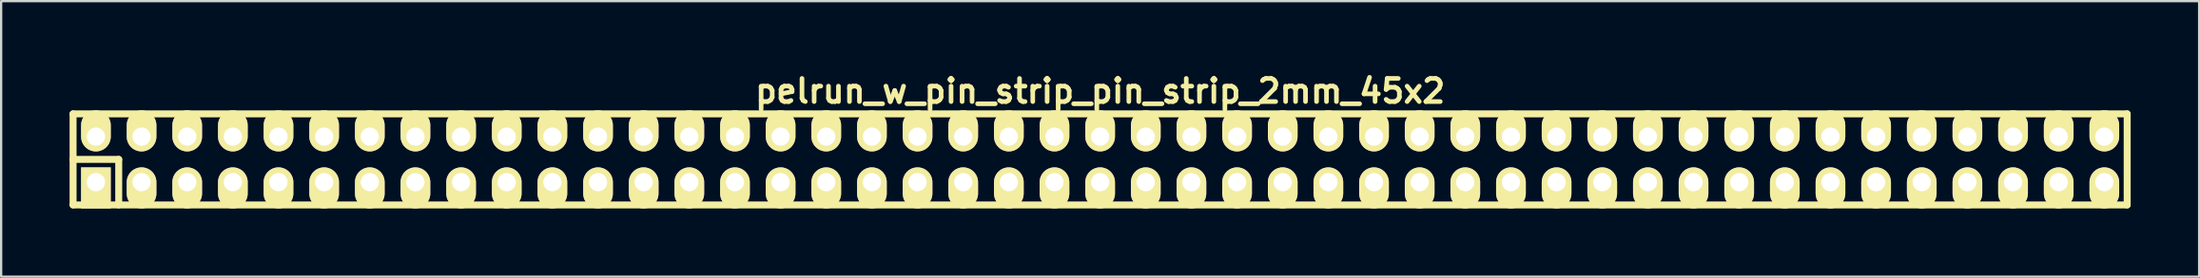
<source format=kicad_pcb>
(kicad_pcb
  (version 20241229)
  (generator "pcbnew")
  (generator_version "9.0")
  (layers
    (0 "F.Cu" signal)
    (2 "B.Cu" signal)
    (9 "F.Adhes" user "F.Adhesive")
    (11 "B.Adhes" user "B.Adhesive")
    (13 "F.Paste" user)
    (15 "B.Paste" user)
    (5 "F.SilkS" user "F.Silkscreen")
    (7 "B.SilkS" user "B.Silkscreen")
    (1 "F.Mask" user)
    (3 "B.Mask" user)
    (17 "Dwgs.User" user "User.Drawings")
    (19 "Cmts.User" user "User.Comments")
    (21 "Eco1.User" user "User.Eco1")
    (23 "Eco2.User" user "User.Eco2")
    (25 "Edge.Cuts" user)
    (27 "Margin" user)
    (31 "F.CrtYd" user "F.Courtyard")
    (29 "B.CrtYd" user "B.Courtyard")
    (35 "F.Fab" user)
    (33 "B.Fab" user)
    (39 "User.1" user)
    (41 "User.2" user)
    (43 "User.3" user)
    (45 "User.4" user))
  (footprint "pelrun_w_pin_strip_pin_strip_2mm_45x2"
    (layer "F.Cu")
    (at 45.152 3.951)
    (property "Reference" "pelrun_w_pin_strip_pin_strip_2mm_45x2" (at 0 -3 0) (layer "F.SilkS") (effects (font (size 1.016 1.016) (thickness 0.203))))
    (attr through_hole)
    (fp_line (start -45 -2) (end 45 -2) (stroke (width 0.305) (type solid)) (layer "F.SilkS"))
    (fp_line (start -45 0) (end -43 0) (stroke (width 0.305) (type solid)) (layer "F.SilkS"))
    (fp_line (start -45 2) (end -45 -2) (stroke (width 0.305) (type solid)) (layer "F.SilkS"))
    (fp_line (start -43 0) (end -43 2) (stroke (width 0.305) (type solid)) (layer "F.SilkS"))
    (fp_line (start 45 -2) (end 45 2) (stroke (width 0.305) (type solid)) (layer "F.SilkS"))
    (fp_line (start 45 2) (end -45 2) (stroke (width 0.305) (type solid)) (layer "F.SilkS"))
    (pad "1" thru_hole rect (at -44 1) (size 1.3 1.8) (drill 0.8 (offset 0 0.25)) (layers "*.Cu" "*.Mask" "F.SilkS"))
    (pad "2" thru_hole oval (at -44 -1) (size 1.3 1.8) (drill 0.8 (offset 0 -0.25)) (layers "*.Cu" "*.Mask" "F.SilkS"))
    (pad "3" thru_hole oval (at -42 1) (size 1.3 1.8) (drill 0.8 (offset 0 0.25)) (layers "*.Cu" "*.Mask" "F.SilkS"))
    (pad "4" thru_hole oval (at -42 -1) (size 1.3 1.8) (drill 0.8 (offset 0 -0.25)) (layers "*.Cu" "*.Mask" "F.SilkS"))
    (pad "5" thru_hole oval (at -40 1) (size 1.3 1.8) (drill 0.8 (offset 0 0.25)) (layers "*.Cu" "*.Mask" "F.SilkS"))
    (pad "6" thru_hole oval (at -40 -1) (size 1.3 1.8) (drill 0.8 (offset 0 -0.25)) (layers "*.Cu" "*.Mask" "F.SilkS"))
    (pad "7" thru_hole oval (at -38 1) (size 1.3 1.8) (drill 0.8 (offset 0 0.25)) (layers "*.Cu" "*.Mask" "F.SilkS"))
    (pad "8" thru_hole oval (at -38 -1) (size 1.3 1.8) (drill 0.8 (offset 0 -0.25)) (layers "*.Cu" "*.Mask" "F.SilkS"))
    (pad "9" thru_hole oval (at -36 1) (size 1.3 1.8) (drill 0.8 (offset 0 0.25)) (layers "*.Cu" "*.Mask" "F.SilkS"))
    (pad "10" thru_hole oval (at -36 -1) (size 1.3 1.8) (drill 0.8 (offset 0 -0.25)) (layers "*.Cu" "*.Mask" "F.SilkS"))
    (pad "11" thru_hole oval (at -34 1) (size 1.3 1.8) (drill 0.8 (offset 0 0.25)) (layers "*.Cu" "*.Mask" "F.SilkS"))
    (pad "12" thru_hole oval (at -34 -1) (size 1.3 1.8) (drill 0.8 (offset 0 -0.25)) (layers "*.Cu" "*.Mask" "F.SilkS"))
    (pad "13" thru_hole oval (at -32 1) (size 1.3 1.8) (drill 0.8 (offset 0 0.25)) (layers "*.Cu" "*.Mask" "F.SilkS"))
    (pad "14" thru_hole oval (at -32 -1) (size 1.3 1.8) (drill 0.8 (offset 0 -0.25)) (layers "*.Cu" "*.Mask" "F.SilkS"))
    (pad "15" thru_hole oval (at -30 1) (size 1.3 1.8) (drill 0.8 (offset 0 0.25)) (layers "*.Cu" "*.Mask" "F.SilkS"))
    (pad "16" thru_hole oval (at -30 -1) (size 1.3 1.8) (drill 0.8 (offset 0 -0.25)) (layers "*.Cu" "*.Mask" "F.SilkS"))
    (pad "17" thru_hole oval (at -28 1) (size 1.3 1.8) (drill 0.8 (offset 0 0.25)) (layers "*.Cu" "*.Mask" "F.SilkS"))
    (pad "18" thru_hole oval (at -28 -1) (size 1.3 1.8) (drill 0.8 (offset 0 -0.25)) (layers "*.Cu" "*.Mask" "F.SilkS"))
    (pad "19" thru_hole oval (at -26 1) (size 1.3 1.8) (drill 0.8 (offset 0 0.25)) (layers "*.Cu" "*.Mask" "F.SilkS"))
    (pad "20" thru_hole oval (at -26 -1) (size 1.3 1.8) (drill 0.8 (offset 0 -0.25)) (layers "*.Cu" "*.Mask" "F.SilkS"))
    (pad "21" thru_hole oval (at -24 1) (size 1.3 1.8) (drill 0.8 (offset 0 0.25)) (layers "*.Cu" "*.Mask" "F.SilkS"))
    (pad "22" thru_hole oval (at -24 -1) (size 1.3 1.8) (drill 0.8 (offset 0 -0.25)) (layers "*.Cu" "*.Mask" "F.SilkS"))
    (pad "23" thru_hole oval (at -22 1) (size 1.3 1.8) (drill 0.8 (offset 0 0.25)) (layers "*.Cu" "*.Mask" "F.SilkS"))
    (pad "24" thru_hole oval (at -22 -1) (size 1.3 1.8) (drill 0.8 (offset 0 -0.25)) (layers "*.Cu" "*.Mask" "F.SilkS"))
    (pad "25" thru_hole oval (at -20 1) (size 1.3 1.8) (drill 0.8 (offset 0 0.25)) (layers "*.Cu" "*.Mask" "F.SilkS"))
    (pad "26" thru_hole oval (at -20 -1) (size 1.3 1.8) (drill 0.8 (offset 0 -0.25)) (layers "*.Cu" "*.Mask" "F.SilkS"))
    (pad "27" thru_hole oval (at -18 1) (size 1.3 1.8) (drill 0.8 (offset 0 0.25)) (layers "*.Cu" "*.Mask" "F.SilkS"))
    (pad "28" thru_hole oval (at -18 -1) (size 1.3 1.8) (drill 0.8 (offset 0 -0.25)) (layers "*.Cu" "*.Mask" "F.SilkS"))
    (pad "29" thru_hole oval (at -16 1) (size 1.3 1.8) (drill 0.8 (offset 0 0.25)) (layers "*.Cu" "*.Mask" "F.SilkS"))
    (pad "30" thru_hole oval (at -16 -1) (size 1.3 1.8) (drill 0.8 (offset 0 -0.25)) (layers "*.Cu" "*.Mask" "F.SilkS"))
    (pad "31" thru_hole oval (at -14 1) (size 1.3 1.8) (drill 0.8 (offset 0 0.25)) (layers "*.Cu" "*.Mask" "F.SilkS"))
    (pad "32" thru_hole oval (at -14 -1) (size 1.3 1.8) (drill 0.8 (offset 0 -0.25)) (layers "*.Cu" "*.Mask" "F.SilkS"))
    (pad "33" thru_hole oval (at -12 1) (size 1.3 1.8) (drill 0.8 (offset 0 0.25)) (layers "*.Cu" "*.Mask" "F.SilkS"))
    (pad "34" thru_hole oval (at -12 -1) (size 1.3 1.8) (drill 0.8 (offset 0 -0.25)) (layers "*.Cu" "*.Mask" "F.SilkS"))
    (pad "35" thru_hole oval (at -10 1) (size 1.3 1.8) (drill 0.8 (offset 0 0.25)) (layers "*.Cu" "*.Mask" "F.SilkS"))
    (pad "36" thru_hole oval (at -10 -1) (size 1.3 1.8) (drill 0.8 (offset 0 -0.25)) (layers "*.Cu" "*.Mask" "F.SilkS"))
    (pad "37" thru_hole oval (at -8 1) (size 1.3 1.8) (drill 0.8 (offset 0 0.25)) (layers "*.Cu" "*.Mask" "F.SilkS"))
    (pad "38" thru_hole oval (at -8 -1) (size 1.3 1.8) (drill 0.8 (offset 0 -0.25)) (layers "*.Cu" "*.Mask" "F.SilkS"))
    (pad "39" thru_hole oval (at -6 1) (size 1.3 1.8) (drill 0.8 (offset 0 0.25)) (layers "*.Cu" "*.Mask" "F.SilkS"))
    (pad "40" thru_hole oval (at -6 -1) (size 1.3 1.8) (drill 0.8 (offset 0 -0.25)) (layers "*.Cu" "*.Mask" "F.SilkS"))
    (pad "41" thru_hole oval (at -4 1) (size 1.3 1.8) (drill 0.8 (offset 0 0.25)) (layers "*.Cu" "*.Mask" "F.SilkS"))
    (pad "42" thru_hole oval (at -4 -1) (size 1.3 1.8) (drill 0.8 (offset 0 -0.25)) (layers "*.Cu" "*.Mask" "F.SilkS"))
    (pad "43" thru_hole oval (at -2 1) (size 1.3 1.8) (drill 0.8 (offset 0 0.25)) (layers "*.Cu" "*.Mask" "F.SilkS"))
    (pad "44" thru_hole oval (at -2 -1) (size 1.3 1.8) (drill 0.8 (offset 0 -0.25)) (layers "*.Cu" "*.Mask" "F.SilkS"))
    (pad "45" thru_hole oval (at 0 1) (size 1.3 1.8) (drill 0.8 (offset 0 0.25)) (layers "*.Cu" "*.Mask" "F.SilkS"))
    (pad "46" thru_hole oval (at 0 -1) (size 1.3 1.8) (drill 0.8 (offset 0 -0.25)) (layers "*.Cu" "*.Mask" "F.SilkS"))
    (pad "47" thru_hole oval (at 2 1) (size 1.3 1.8) (drill 0.8 (offset 0 0.25)) (layers "*.Cu" "*.Mask" "F.SilkS"))
    (pad "48" thru_hole oval (at 2 -1) (size 1.3 1.8) (drill 0.8 (offset 0 -0.25)) (layers "*.Cu" "*.Mask" "F.SilkS"))
    (pad "49" thru_hole oval (at 4 1) (size 1.3 1.8) (drill 0.8 (offset 0 0.25)) (layers "*.Cu" "*.Mask" "F.SilkS"))
    (pad "50" thru_hole oval (at 4 -1) (size 1.3 1.8) (drill 0.8 (offset 0 -0.25)) (layers "*.Cu" "*.Mask" "F.SilkS"))
    (pad "51" thru_hole oval (at 6 1) (size 1.3 1.8) (drill 0.8 (offset 0 0.25)) (layers "*.Cu" "*.Mask" "F.SilkS"))
    (pad "52" thru_hole oval (at 6 -1) (size 1.3 1.8) (drill 0.8 (offset 0 -0.25)) (layers "*.Cu" "*.Mask" "F.SilkS"))
    (pad "53" thru_hole oval (at 8 1) (size 1.3 1.8) (drill 0.8 (offset 0 0.25)) (layers "*.Cu" "*.Mask" "F.SilkS"))
    (pad "54" thru_hole oval (at 8 -1) (size 1.3 1.8) (drill 0.8 (offset 0 -0.25)) (layers "*.Cu" "*.Mask" "F.SilkS"))
    (pad "55" thru_hole oval (at 10 1) (size 1.3 1.8) (drill 0.8 (offset 0 0.25)) (layers "*.Cu" "*.Mask" "F.SilkS"))
    (pad "56" thru_hole oval (at 10 -1) (size 1.3 1.8) (drill 0.8 (offset 0 -0.25)) (layers "*.Cu" "*.Mask" "F.SilkS"))
    (pad "57" thru_hole oval (at 12 1) (size 1.3 1.8) (drill 0.8 (offset 0 0.25)) (layers "*.Cu" "*.Mask" "F.SilkS"))
    (pad "58" thru_hole oval (at 12 -1) (size 1.3 1.8) (drill 0.8 (offset 0 -0.25)) (layers "*.Cu" "*.Mask" "F.SilkS"))
    (pad "59" thru_hole oval (at 14 1) (size 1.3 1.8) (drill 0.8 (offset 0 0.25)) (layers "*.Cu" "*.Mask" "F.SilkS"))
    (pad "60" thru_hole oval (at 14 -1) (size 1.3 1.8) (drill 0.8 (offset 0 -0.25)) (layers "*.Cu" "*.Mask" "F.SilkS"))
    (pad "61" thru_hole oval (at 16 1) (size 1.3 1.8) (drill 0.8 (offset 0 0.25)) (layers "*.Cu" "*.Mask" "F.SilkS"))
    (pad "62" thru_hole oval (at 16 -1) (size 1.3 1.8) (drill 0.8 (offset 0 -0.25)) (layers "*.Cu" "*.Mask" "F.SilkS"))
    (pad "63" thru_hole oval (at 18 1) (size 1.3 1.8) (drill 0.8 (offset 0 0.25)) (layers "*.Cu" "*.Mask" "F.SilkS"))
    (pad "64" thru_hole oval (at 18 -1) (size 1.3 1.8) (drill 0.8 (offset 0 -0.25)) (layers "*.Cu" "*.Mask" "F.SilkS"))
    (pad "65" thru_hole oval (at 20 1) (size 1.3 1.8) (drill 0.8 (offset 0 0.25)) (layers "*.Cu" "*.Mask" "F.SilkS"))
    (pad "66" thru_hole oval (at 20 -1) (size 1.3 1.8) (drill 0.8 (offset 0 -0.25)) (layers "*.Cu" "*.Mask" "F.SilkS"))
    (pad "67" thru_hole oval (at 22 1) (size 1.3 1.8) (drill 0.8 (offset 0 0.25)) (layers "*.Cu" "*.Mask" "F.SilkS"))
    (pad "68" thru_hole oval (at 22 -1) (size 1.3 1.8) (drill 0.8 (offset 0 -0.25)) (layers "*.Cu" "*.Mask" "F.SilkS"))
    (pad "69" thru_hole oval (at 24 1) (size 1.3 1.8) (drill 0.8 (offset 0 0.25)) (layers "*.Cu" "*.Mask" "F.SilkS"))
    (pad "70" thru_hole oval (at 24 -1) (size 1.3 1.8) (drill 0.8 (offset 0 -0.25)) (layers "*.Cu" "*.Mask" "F.SilkS"))
    (pad "71" thru_hole oval (at 26 1) (size 1.3 1.8) (drill 0.8 (offset 0 0.25)) (layers "*.Cu" "*.Mask" "F.SilkS"))
    (pad "72" thru_hole oval (at 26 -1) (size 1.3 1.8) (drill 0.8 (offset 0 -0.25)) (layers "*.Cu" "*.Mask" "F.SilkS"))
    (pad "73" thru_hole oval (at 28 1) (size 1.3 1.8) (drill 0.8 (offset 0 0.25)) (layers "*.Cu" "*.Mask" "F.SilkS"))
    (pad "74" thru_hole oval (at 28 -1) (size 1.3 1.8) (drill 0.8 (offset 0 -0.25)) (layers "*.Cu" "*.Mask" "F.SilkS"))
    (pad "75" thru_hole oval (at 30 1) (size 1.3 1.8) (drill 0.8 (offset 0 0.25)) (layers "*.Cu" "*.Mask" "F.SilkS"))
    (pad "76" thru_hole oval (at 30 -1) (size 1.3 1.8) (drill 0.8 (offset 0 -0.25)) (layers "*.Cu" "*.Mask" "F.SilkS"))
    (pad "77" thru_hole oval (at 32 1) (size 1.3 1.8) (drill 0.8 (offset 0 0.25)) (layers "*.Cu" "*.Mask" "F.SilkS"))
    (pad "78" thru_hole oval (at 32 -1) (size 1.3 1.8) (drill 0.8 (offset 0 -0.25)) (layers "*.Cu" "*.Mask" "F.SilkS"))
    (pad "79" thru_hole oval (at 34 1) (size 1.3 1.8) (drill 0.8 (offset 0 0.25)) (layers "*.Cu" "*.Mask" "F.SilkS"))
    (pad "80" thru_hole oval (at 34 -1) (size 1.3 1.8) (drill 0.8 (offset 0 -0.25)) (layers "*.Cu" "*.Mask" "F.SilkS"))
    (pad "81" thru_hole oval (at 36 1) (size 1.3 1.8) (drill 0.8 (offset 0 0.25)) (layers "*.Cu" "*.Mask" "F.SilkS"))
    (pad "82" thru_hole oval (at 36 -1) (size 1.3 1.8) (drill 0.8 (offset 0 -0.25)) (layers "*.Cu" "*.Mask" "F.SilkS"))
    (pad "83" thru_hole oval (at 38 1) (size 1.3 1.8) (drill 0.8 (offset 0 0.25)) (layers "*.Cu" "*.Mask" "F.SilkS"))
    (pad "84" thru_hole oval (at 38 -1) (size 1.3 1.8) (drill 0.8 (offset 0 -0.25)) (layers "*.Cu" "*.Mask" "F.SilkS"))
    (pad "85" thru_hole oval (at 40 1) (size 1.3 1.8) (drill 0.8 (offset 0 0.25)) (layers "*.Cu" "*.Mask" "F.SilkS"))
    (pad "86" thru_hole oval (at 40 -1) (size 1.3 1.8) (drill 0.8 (offset 0 -0.25)) (layers "*.Cu" "*.Mask" "F.SilkS"))
    (pad "87" thru_hole oval (at 42 1) (size 1.3 1.8) (drill 0.8 (offset 0 0.25)) (layers "*.Cu" "*.Mask" "F.SilkS"))
    (pad "88" thru_hole oval (at 42 -1) (size 1.3 1.8) (drill 0.8 (offset 0 -0.25)) (layers "*.Cu" "*.Mask" "F.SilkS"))
    (pad "89" thru_hole oval (at 44 1) (size 1.3 1.8) (drill 0.8 (offset 0 0.25)) (layers "*.Cu" "*.Mask" "F.SilkS"))
    (pad "90" thru_hole oval (at 44 -1) (size 1.3 1.8) (drill 0.8 (offset 0 -0.25)) (layers "*.Cu" "*.Mask" "F.SilkS")))
  (gr_rect
    (start -3 -3)
    (end 93.305 9.103)
    (stroke (width 0.1) (type default))
    (fill no)
    (layer "Edge.Cuts")))
</source>
